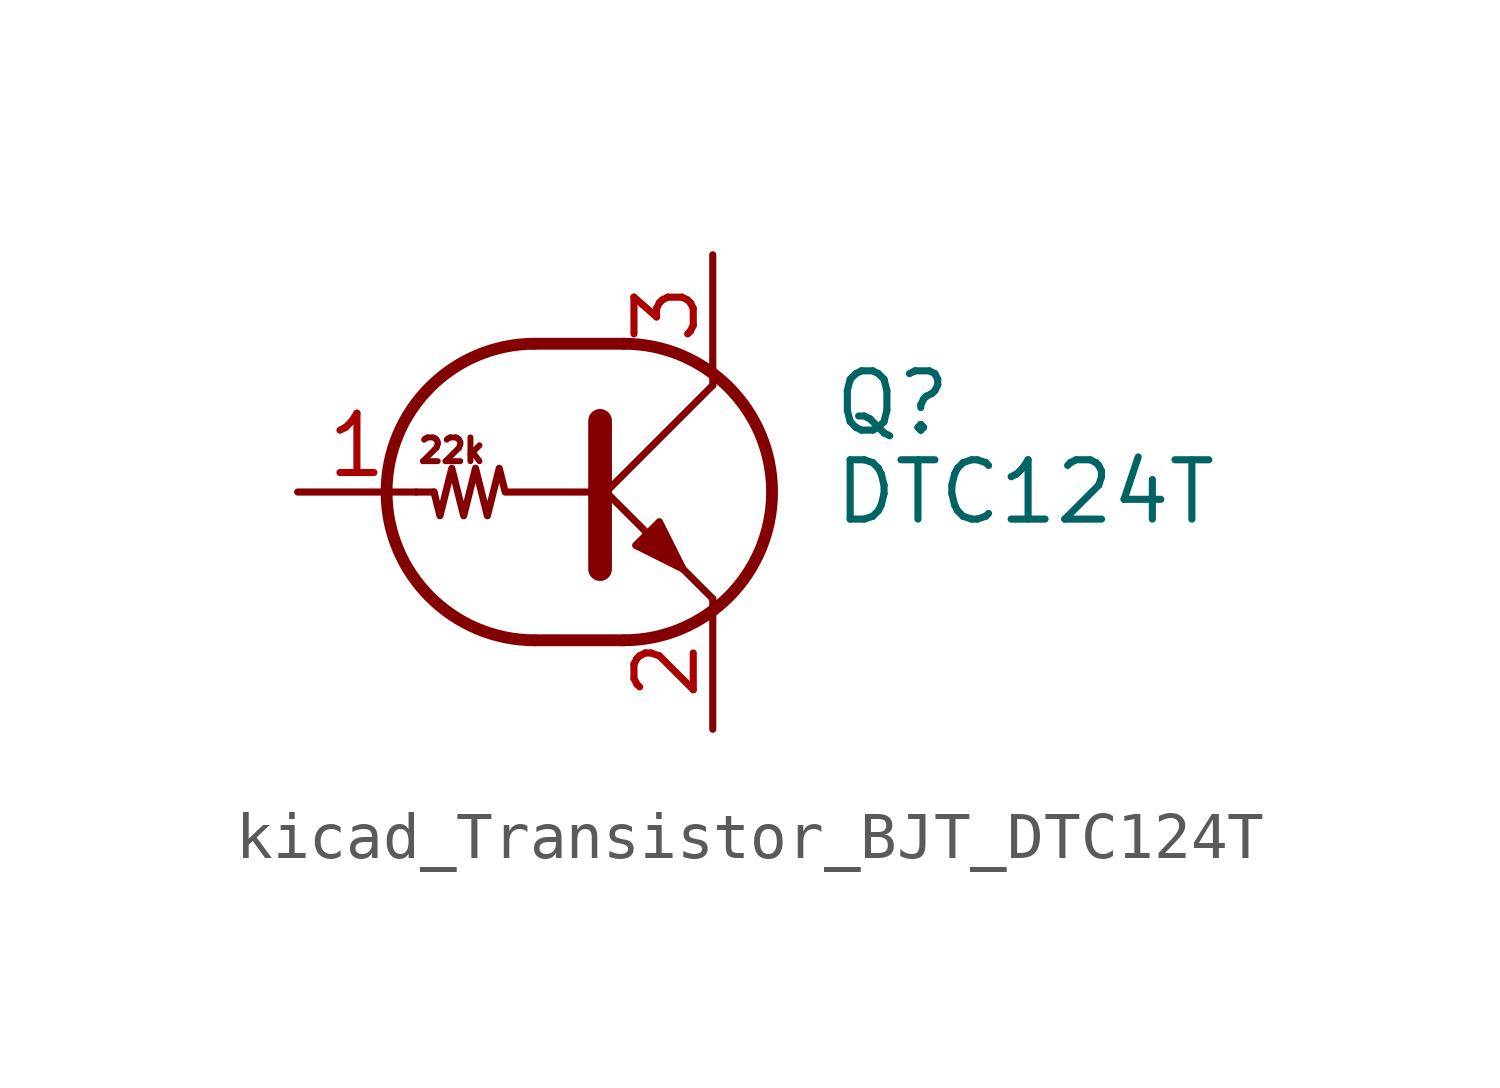
<source format=kicad_sym>
(kicad_symbol_lib
  (version 20220914)
  (generator kicad_symbol_editor)
  (symbol "kicad_Transistor_BJT_DTC124T"
    (pin_names
      (offset 0) hide)
    (property "Reference" "Q"
      (at 5.08 1.905 0)
      (effects (font (size 1.27 1.27)) (justify left)))
    (property "Value" "DTC124T"
      (at 5.08 0 0)
      (effects (font (size 1.27 1.27)) (justify left)))
    (symbol "kicad_Transistor_BJT_DTC124T_0_0"
      (polyline (pts (xy 2.54 -2.286) (xy 2.54 -2.54)) (stroke (width 0) (type default)) (fill (type none)))
      (text "22k" (at -3.048 0.889 0) (effects (font (size 0.508 0.508)))))
    (symbol "kicad_Transistor_BJT_DTC124T_0_1"
      (arc (start -1.27 3.175) (mid -4.4312 0) (end -1.27 -3.175) (stroke (width 0.254) (type default)) (fill (type none)))
      (polyline (pts (xy -3.429 0) (xy -3.81 0)) (stroke (width 0) (type default)) (fill (type none)))
      (polyline (pts (xy -1.27 -3.175) (xy 0.635 -3.175)) (stroke (width 0.254) (type default)) (fill (type none)))
      (polyline (pts (xy -1.27 3.175) (xy 0.635 3.175)) (stroke (width 0.254) (type default)) (fill (type none)))
      (polyline (pts (xy 0 -0.254) (xy 2.54 2.286)) (stroke (width 0) (type default)) (fill (type none)))
      (polyline (pts (xy 0.127 1.524) (xy 0.127 -1.651)) (stroke (width 0.508) (type default)) (fill (type outline)))
      (polyline (pts (xy 2.54 2.286) (xy 2.54 2.54)) (stroke (width 0) (type default)) (fill (type none)))
      (polyline (pts (xy 2.54 -2.286) (xy 0 0.254) (xy 0 0.254)) (stroke (width 0) (type default)) (fill (type none)))
      (polyline (pts (xy 0.889 -1.143) (xy 1.397 -0.635) (xy 1.905 -1.651) (xy 0.889 -1.143)) (stroke (width 0) (type default)) (fill (type outline)))
      (polyline (pts (xy 0 0) (xy -1.905 0) (xy -2.032 0.508) (xy -2.286 -0.508) (xy -2.54 0.508) (xy -2.794 -0.508) (xy -3.048 0.508) (xy -3.302 -0.508) (xy -3.429 0)) (stroke (width 0) (type default)) (fill (type none)))
      (arc (start 0.635 -3.175) (mid 3.7962 0) (end 0.635 3.175) (stroke (width 0.254) (type default)) (fill (type none))))
    (symbol "kicad_Transistor_BJT_DTC124T_1_1"
      (pin input line (at -6.35 0 0) (length 2.54) (name "B" (effects (font (size 1.27 1.27)))) (number "1" (effects (font (size 1.27 1.27)))))
      (pin passive line (at 2.54 -5.08 90) (length 2.54) (name "E" (effects (font (size 1.27 1.27)))) (number "2" (effects (font (size 1.27 1.27)))))
      (pin passive line (at 2.54 5.08 270) (length 2.54) (name "C" (effects (font (size 1.27 1.27)))) (number "3" (effects (font (size 1.27 1.27))))))))
</source>
